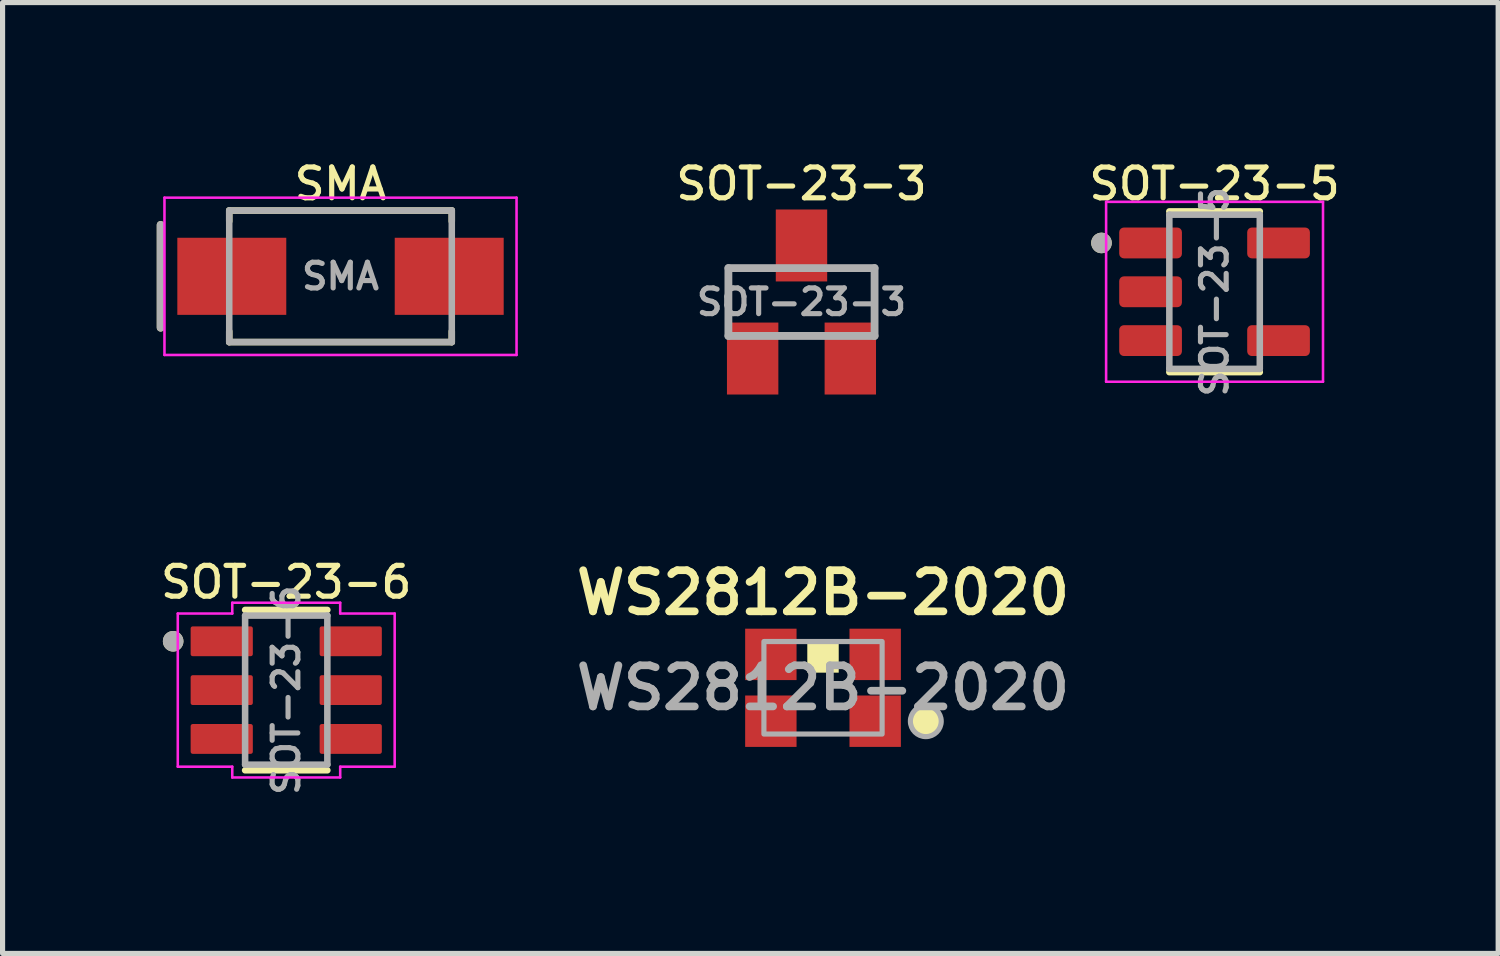
<source format=kicad_pcb>
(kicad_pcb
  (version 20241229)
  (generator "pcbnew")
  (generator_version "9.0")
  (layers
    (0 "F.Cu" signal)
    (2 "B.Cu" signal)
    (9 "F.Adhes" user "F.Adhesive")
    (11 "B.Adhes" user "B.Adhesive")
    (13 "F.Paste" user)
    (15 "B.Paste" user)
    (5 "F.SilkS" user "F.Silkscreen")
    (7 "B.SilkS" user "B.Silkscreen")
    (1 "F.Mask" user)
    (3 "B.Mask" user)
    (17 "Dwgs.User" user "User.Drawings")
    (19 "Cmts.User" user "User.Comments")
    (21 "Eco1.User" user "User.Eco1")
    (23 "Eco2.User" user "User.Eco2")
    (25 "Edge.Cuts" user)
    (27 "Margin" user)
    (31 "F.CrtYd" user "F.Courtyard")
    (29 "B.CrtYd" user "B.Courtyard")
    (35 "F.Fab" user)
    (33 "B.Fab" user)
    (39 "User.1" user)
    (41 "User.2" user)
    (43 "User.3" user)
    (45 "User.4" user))
  (footprint "SMA"
    (layer "F.Cu")
    (at 3.575 2.326)
    (property "Reference" "SMA" (at 0 -1.8 0) (layer "F.SilkS") (effects (font (size 0.6 0.6) (thickness 0.1) (bold yes))))
    (attr smd)
    (fp_line (start -3.5 -1) (end -3.5 1) (stroke (width 0.15) (type default)) (layer "F.SilkS"))
    (fp_line (start -2.165 -1.28) (end -2.165 -1.07) (stroke (width 0.127) (type solid)) (layer "F.SilkS"))
    (fp_line (start -2.165 1.28) (end -2.165 1.07) (stroke (width 0.127) (type solid)) (layer "F.SilkS"))
    (fp_line (start -2.165 1.28) (end 2.165 1.28) (stroke (width 0.127) (type solid)) (layer "F.SilkS"))
    (fp_line (start 2.165 -1.28) (end -2.165 -1.28) (stroke (width 0.127) (type solid)) (layer "F.SilkS"))
    (fp_line (start 2.165 -1.07) (end 2.165 -1.28) (stroke (width 0.127) (type solid)) (layer "F.SilkS"))
    (fp_line (start 2.165 1.28) (end 2.165 1.07) (stroke (width 0.127) (type solid)) (layer "F.SilkS"))
    (fp_line (start -3.425 -1.53) (end -3.425 1.53) (stroke (width 0.05) (type solid)) (layer "F.CrtYd"))
    (fp_line (start -3.425 1.53) (end 3.425 1.53) (stroke (width 0.05) (type solid)) (layer "F.CrtYd"))
    (fp_line (start 3.425 -1.53) (end -3.425 -1.53) (stroke (width 0.05) (type solid)) (layer "F.CrtYd"))
    (fp_line (start 3.425 1.53) (end 3.425 -1.53) (stroke (width 0.05) (type solid)) (layer "F.CrtYd"))
    (fp_line (start -3.5 -1) (end -3.5 1) (stroke (width 0.15) (type default)) (layer "F.Fab"))
    (fp_line (start -2.165 -1.28) (end -2.165 1.28) (stroke (width 0.127) (type solid)) (layer "F.Fab"))
    (fp_line (start -2.165 1.28) (end 2.165 1.28) (stroke (width 0.127) (type solid)) (layer "F.Fab"))
    (fp_line (start 2.165 -1.28) (end -2.165 -1.28) (stroke (width 0.127) (type solid)) (layer "F.Fab"))
    (fp_line (start 2.165 1.28) (end 2.165 -1.28) (stroke (width 0.127) (type solid)) (layer "F.Fab"))
    (fp_text user "${REFERENCE}" (at 0 0 0) (layer "F.Fab") (effects (font (size 0.5 0.5) (thickness 0.1) (bold yes))))
    (pad "A" smd rect (at 2.115 0) (size 2.12 1.5) (layers "F.Cu" "F.Mask" "F.Paste"))
    (pad "C" smd rect (at -2.115 0) (size 2.12 1.5) (layers "F.Cu" "F.Mask" "F.Paste")))
  (footprint "WS2812B-2020"
    (layer "F.Cu")
    (at 12.963 10.332)
    (property "Reference" "WS2812B-2020" (at 0 -1.85 0) (layer "F.SilkS") (effects (font (size 0.8 0.8) (thickness 0.15))))
    (attr smd)
    (fp_circle (center 2 0.65) (end 2.3 0.65) (stroke (width 0) (type solid)) (fill yes) (layer "F.SilkS"))
    (fp_poly (pts (xy -0.3 -0.9) (xy 0.3 -0.9) (xy 0.3 -0.3) (xy -0.3 -0.3)) (stroke (width 0.01) (type solid)) (fill yes) (layer "F.SilkS"))
    (fp_rect (start -1.15 -0.9) (end 1.15 0.9) (stroke (width 0.1) (type default)) (fill no) (layer "F.Fab"))
    (fp_circle (center 2 0.65) (end 2.3 0.65) (stroke (width 0.1) (type solid)) (fill no) (layer "F.Fab"))
    (fp_text user "${REFERENCE}" (at 0 0 0) (unlocked yes) (layer "F.Fab") (effects (font (size 0.8 0.8) (thickness 0.15))))
    (pad "1" smd rect (at 1.015 0.65) (size 1 1) (layers "F.Cu" "F.Mask" "F.Paste"))
    (pad "2" smd rect (at 1.015 -0.65) (size 1 1) (layers "F.Cu" "F.Mask" "F.Paste"))
    (pad "3" smd rect (at -1.015 -0.65) (size 1 1) (layers "F.Cu" "F.Mask" "F.Paste"))
    (pad "4" smd rect (at -1.015 0.65) (size 1 1) (layers "F.Cu" "F.Mask" "F.Paste")))
  (footprint "SOT-23-6"
    (layer "F.Cu")
    (at 2.519 10.377)
    (property "Reference" "SOT-23-6" (at 0 -2.1 0) (layer "F.SilkS") (effects (font (size 0.6 0.6) (thickness 0.1) (bold yes))))
    (attr smd)
    (fp_line (start -0.8 1.56) (end 0.8 1.56) (stroke (width 0.127) (type solid)) (layer "F.SilkS"))
    (fp_line (start 0.8 -1.56) (end -0.8 -1.56) (stroke (width 0.127) (type solid)) (layer "F.SilkS"))
    (fp_circle (center -2.2 -0.95) (end -2.1 -0.95) (stroke (width 0.2) (type solid)) (fill no) (layer "F.SilkS"))
    (fp_line (start -2.11 -1.49) (end -2.11 1.49) (stroke (width 0.05) (type solid)) (layer "F.CrtYd"))
    (fp_line (start -2.11 -1.49) (end -1.05 -1.49) (stroke (width 0.05) (type solid)) (layer "F.CrtYd"))
    (fp_line (start -2.11 1.49) (end -1.05 1.49) (stroke (width 0.05) (type solid)) (layer "F.CrtYd"))
    (fp_line (start -1.05 -1.49) (end -1.05 -1.7) (stroke (width 0.05) (type solid)) (layer "F.CrtYd"))
    (fp_line (start -1.05 1.49) (end -1.05 1.7) (stroke (width 0.05) (type solid)) (layer "F.CrtYd"))
    (fp_line (start -1.05 1.7) (end 1.05 1.7) (stroke (width 0.05) (type solid)) (layer "F.CrtYd"))
    (fp_line (start 1.05 -1.7) (end -1.05 -1.7) (stroke (width 0.05) (type solid)) (layer "F.CrtYd"))
    (fp_line (start 1.05 -1.49) (end 1.05 -1.7) (stroke (width 0.05) (type solid)) (layer "F.CrtYd"))
    (fp_line (start 1.05 1.49) (end 1.05 1.7) (stroke (width 0.05) (type solid)) (layer "F.CrtYd"))
    (fp_line (start 2.11 -1.49) (end 1.05 -1.49) (stroke (width 0.05) (type solid)) (layer "F.CrtYd"))
    (fp_line (start 2.11 1.49) (end 1.05 1.49) (stroke (width 0.05) (type solid)) (layer "F.CrtYd"))
    (fp_line (start 2.11 1.49) (end 2.11 -1.49) (stroke (width 0.05) (type solid)) (layer "F.CrtYd"))
    (fp_line (start -0.8 -1.45) (end -0.8 1.45) (stroke (width 0.127) (type solid)) (layer "F.Fab"))
    (fp_line (start -0.8 1.45) (end 0.8 1.45) (stroke (width 0.127) (type solid)) (layer "F.Fab"))
    (fp_line (start 0.8 -1.45) (end -0.8 -1.45) (stroke (width 0.127) (type solid)) (layer "F.Fab"))
    (fp_line (start 0.8 1.45) (end 0.8 -1.45) (stroke (width 0.127) (type solid)) (layer "F.Fab"))
    (fp_circle (center -2.2 -0.95) (end -2.1 -0.95) (stroke (width 0.2) (type solid)) (fill no) (layer "F.Fab"))
    (fp_text user "${REFERENCE}" (at 0 0 90) (layer "F.Fab") (effects (font (size 0.5 0.5) (thickness 0.1) (bold yes))))
    (pad "1" smd roundrect (at -1.255 -0.95) (size 1.21 0.58) (layers "F.Cu" "F.Mask" "F.Paste") (roundrect_rratio 0.07))
    (pad "2" smd roundrect (at -1.255 0) (size 1.21 0.58) (layers "F.Cu" "F.Mask" "F.Paste") (roundrect_rratio 0.07))
    (pad "3" smd roundrect (at -1.255 0.95) (size 1.21 0.58) (layers "F.Cu" "F.Mask" "F.Paste") (roundrect_rratio 0.07))
    (pad "4" smd roundrect (at 1.255 0.95) (size 1.21 0.58) (layers "F.Cu" "F.Mask" "F.Paste") (roundrect_rratio 0.07))
    (pad "5" smd roundrect (at 1.255 0) (size 1.21 0.58) (layers "F.Cu" "F.Mask" "F.Paste") (roundrect_rratio 0.07))
    (pad "6" smd roundrect (at 1.255 -0.95) (size 1.21 0.58) (layers "F.Cu" "F.Mask" "F.Paste") (roundrect_rratio 0.07)))
  (footprint "SOT-23-3"
    (layer "F.Cu")
    (at 12.544 2.826)
    (property "Reference" "SOT-23-3" (at 0 -2.3 0) (layer "F.SilkS") (effects (font (size 0.6 0.6) (thickness 0.1) (bold yes))))
    (attr smd)
    (fp_line (start -1.422 -0.66) (end 1.422 -0.66) (stroke (width 0.152) (type solid)) (layer "F.Fab"))
    (fp_line (start -1.422 0.66) (end -1.422 -0.66) (stroke (width 0.152) (type solid)) (layer "F.Fab"))
    (fp_line (start 1.422 -0.66) (end 1.422 0.66) (stroke (width 0.152) (type solid)) (layer "F.Fab"))
    (fp_line (start 1.422 0.66) (end -1.422 0.66) (stroke (width 0.152) (type solid)) (layer "F.Fab"))
    (fp_text user "${REFERENCE}" (at 0 0 0) (layer "F.Fab") (effects (font (size 0.5 0.5) (thickness 0.1) (bold yes))))
    (pad "1" smd rect (at -0.95 1.1) (size 1 1.4) (layers "F.Cu" "F.Mask" "F.Paste"))
    (pad "2" smd rect (at 0.95 1.1) (size 1 1.4) (layers "F.Cu" "F.Mask" "F.Paste"))
    (pad "3" smd rect (at 0 -1.1) (size 1 1.4) (layers "F.Cu" "F.Mask" "F.Paste")))
  (footprint "SOT-23-5"
    (layer "F.Cu")
    (at 20.581 2.627)
    (property "Reference" "SOT-23-5" (at 0 -2.1 0) (layer "F.SilkS") (effects (font (size 0.6 0.6) (thickness 0.1) (bold yes))))
    (attr smd)
    (fp_line (start -0.88 -1.564) (end 0.88 -1.564) (stroke (width 0.127) (type solid)) (layer "F.SilkS"))
    (fp_line (start -0.88 1.564) (end 0.88 1.564) (stroke (width 0.127) (type solid)) (layer "F.SilkS"))
    (fp_circle (center -2.2 -0.95) (end -2.1 -0.95) (stroke (width 0.2) (type solid)) (fill no) (layer "F.SilkS"))
    (fp_line (start -2.11 -1.75) (end 2.11 -1.75) (stroke (width 0.05) (type solid)) (layer "F.CrtYd"))
    (fp_line (start -2.11 1.75) (end -2.11 -1.75) (stroke (width 0.05) (type solid)) (layer "F.CrtYd"))
    (fp_line (start 2.11 -1.75) (end 2.11 1.75) (stroke (width 0.05) (type solid)) (layer "F.CrtYd"))
    (fp_line (start 2.11 1.75) (end -2.11 1.75) (stroke (width 0.05) (type solid)) (layer "F.CrtYd"))
    (fp_line (start -0.88 -1.5) (end 0.88 -1.5) (stroke (width 0.127) (type solid)) (layer "F.Fab"))
    (fp_line (start -0.88 1.5) (end -0.88 -1.5) (stroke (width 0.127) (type solid)) (layer "F.Fab"))
    (fp_line (start 0.88 -1.5) (end 0.88 1.5) (stroke (width 0.127) (type solid)) (layer "F.Fab"))
    (fp_line (start 0.88 1.5) (end -0.88 1.5) (stroke (width 0.127) (type solid)) (layer "F.Fab"))
    (fp_circle (center -2.2 -0.95) (end -2.1 -0.95) (stroke (width 0.2) (type solid)) (fill no) (layer "F.Fab"))
    (fp_text user "${REFERENCE}" (at 0 0 90) (layer "F.Fab") (effects (font (size 0.5 0.5) (thickness 0.1) (bold yes))))
    (pad "1" smd roundrect (at -1.245 -0.95) (size 1.22 0.6) (layers "F.Cu" "F.Mask" "F.Paste") (roundrect_rratio 0.15))
    (pad "2" smd roundrect (at -1.245 0) (size 1.22 0.6) (layers "F.Cu" "F.Mask" "F.Paste") (roundrect_rratio 0.15))
    (pad "3" smd roundrect (at -1.245 0.95) (size 1.22 0.6) (layers "F.Cu" "F.Mask" "F.Paste") (roundrect_rratio 0.15))
    (pad "4" smd roundrect (at 1.245 0.95) (size 1.22 0.6) (layers "F.Cu" "F.Mask" "F.Paste") (roundrect_rratio 0.15))
    (pad "5" smd roundrect (at 1.245 -0.95) (size 1.22 0.6) (layers "F.Cu" "F.Mask" "F.Paste") (roundrect_rratio 0.15)))
  (gr_rect
    (start -3 -3)
    (end 26.099 15.501)
    (stroke (width 0.1) (type default))
    (fill no)
    (layer "Edge.Cuts")))
</source>
